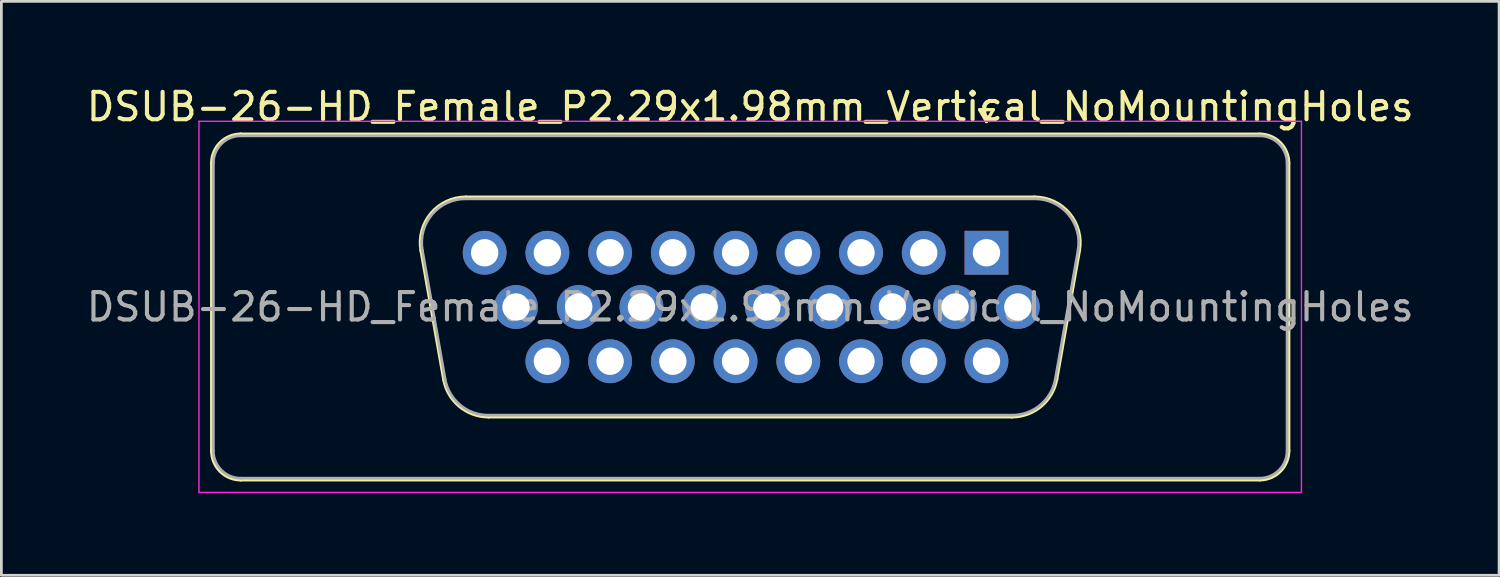
<source format=kicad_pcb>
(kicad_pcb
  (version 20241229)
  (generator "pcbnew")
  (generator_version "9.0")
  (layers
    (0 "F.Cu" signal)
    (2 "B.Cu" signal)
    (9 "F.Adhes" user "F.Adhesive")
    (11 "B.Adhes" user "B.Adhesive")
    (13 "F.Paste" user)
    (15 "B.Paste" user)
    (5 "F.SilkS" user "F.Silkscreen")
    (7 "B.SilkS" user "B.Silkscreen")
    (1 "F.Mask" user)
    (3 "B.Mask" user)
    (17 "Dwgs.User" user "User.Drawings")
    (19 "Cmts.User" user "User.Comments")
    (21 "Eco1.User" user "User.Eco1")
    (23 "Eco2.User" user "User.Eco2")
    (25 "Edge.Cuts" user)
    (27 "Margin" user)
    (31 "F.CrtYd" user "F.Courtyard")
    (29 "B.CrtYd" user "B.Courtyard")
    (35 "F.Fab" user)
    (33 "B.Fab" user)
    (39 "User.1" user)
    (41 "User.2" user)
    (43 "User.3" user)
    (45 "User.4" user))
  (footprint "DSUB-26-HD_Female_P2.29x1.98mm_Vertical_NoMountingHoles"
    (layer "F.Cu")
    (at 32.964 6.178)
    (property "Reference" "DSUB-26-HD_Female_P2.29x1.98mm_Vertical_NoMountingHoles" (at -8.625 -5.33 0) (layer "F.SilkS") (effects (font (size 1 1) (thickness 0.15))))
    (attr through_hole)
    (fp_line (start -28.285 7.23) (end -28.285 -3.27) (stroke (width 0.12) (type solid)) (layer "F.SilkS"))
    (fp_line (start -27.225 -4.33) (end 9.975 -4.33) (stroke (width 0.12) (type solid)) (layer "F.SilkS"))
    (fp_line (start -20.641 -0.082) (end -19.813 4.618) (stroke (width 0.12) (type solid)) (layer "F.SilkS"))
    (fp_line (start -19.007 -2.03) (end 1.757 -2.03) (stroke (width 0.12) (type solid)) (layer "F.SilkS"))
    (fp_line (start -18.178 5.99) (end 0.928 5.99) (stroke (width 0.12) (type solid)) (layer "F.SilkS"))
    (fp_line (start -0.25 -5.224) (end 0.25 -5.224) (stroke (width 0.12) (type solid)) (layer "F.SilkS"))
    (fp_line (start 0 -4.791) (end -0.25 -5.224) (stroke (width 0.12) (type solid)) (layer "F.SilkS"))
    (fp_line (start 0.25 -5.224) (end 0 -4.791) (stroke (width 0.12) (type solid)) (layer "F.SilkS"))
    (fp_line (start 3.391 -0.082) (end 2.563 4.618) (stroke (width 0.12) (type solid)) (layer "F.SilkS"))
    (fp_line (start 9.975 8.29) (end -27.225 8.29) (stroke (width 0.12) (type solid)) (layer "F.SilkS"))
    (fp_line (start 11.035 -3.27) (end 11.035 7.23) (stroke (width 0.12) (type solid)) (layer "F.SilkS"))
    (fp_arc (start -28.285 -3.27) (mid -27.974533 -4.019533) (end -27.225 -4.33) (stroke (width 0.12) (type solid)) (layer "F.SilkS"))
    (fp_arc (start -27.225 8.29) (mid -27.974533 7.979533) (end -28.285 7.23) (stroke (width 0.12) (type solid)) (layer "F.SilkS"))
    (fp_arc (start -20.64147 -0.081744) (mid -20.278323 -1.437028) (end -19.006689 -2.03) (stroke (width 0.12) (type solid)) (layer "F.SilkS"))
    (fp_arc (start -18.177952 5.99) (mid -19.244979 5.601634) (end -19.812733 4.618256) (stroke (width 0.12) (type solid)) (layer "F.SilkS"))
    (fp_arc (start 1.756689 -2.03) (mid 3.028323 -1.437027) (end 3.39147 -0.081744) (stroke (width 0.12) (type solid)) (layer "F.SilkS"))
    (fp_arc (start 2.562733 4.618256) (mid 1.99498 5.601634) (end 0.927952 5.99) (stroke (width 0.12) (type solid)) (layer "F.SilkS"))
    (fp_arc (start 9.975 -4.33) (mid 10.724533 -4.019533) (end 11.035 -3.27) (stroke (width 0.12) (type solid)) (layer "F.SilkS"))
    (fp_arc (start 11.035 7.23) (mid 10.724533 7.979533) (end 9.975 8.29) (stroke (width 0.12) (type solid)) (layer "F.SilkS"))
    (fp_line (start -28.75 -4.8) (end -28.75 8.75) (stroke (width 0.05) (type solid)) (layer "F.CrtYd"))
    (fp_line (start -28.75 8.75) (end 11.5 8.75) (stroke (width 0.05) (type solid)) (layer "F.CrtYd"))
    (fp_line (start 11.5 -4.8) (end -28.75 -4.8) (stroke (width 0.05) (type solid)) (layer "F.CrtYd"))
    (fp_line (start 11.5 8.75) (end 11.5 -4.8) (stroke (width 0.05) (type solid)) (layer "F.CrtYd"))
    (fp_line (start -28.225 7.23) (end -28.225 -3.27) (stroke (width 0.1) (type solid)) (layer "F.Fab"))
    (fp_line (start -27.225 -4.27) (end 9.975 -4.27) (stroke (width 0.1) (type solid)) (layer "F.Fab"))
    (fp_line (start -20.594 -0.092) (end -19.765 4.608) (stroke (width 0.1) (type solid)) (layer "F.Fab"))
    (fp_line (start -19.018 -1.97) (end 1.768 -1.97) (stroke (width 0.1) (type solid)) (layer "F.Fab"))
    (fp_line (start -18.189 5.93) (end 0.939 5.93) (stroke (width 0.1) (type solid)) (layer "F.Fab"))
    (fp_line (start 3.344 -0.092) (end 2.515 4.608) (stroke (width 0.1) (type solid)) (layer "F.Fab"))
    (fp_line (start 9.975 8.23) (end -27.225 8.23) (stroke (width 0.1) (type solid)) (layer "F.Fab"))
    (fp_line (start 10.975 -3.27) (end 10.975 7.23) (stroke (width 0.1) (type solid)) (layer "F.Fab"))
    (fp_arc (start -28.225 -3.27) (mid -27.932107 -3.977107) (end -27.225 -4.27) (stroke (width 0.1) (type solid)) (layer "F.Fab"))
    (fp_arc (start -27.225 8.23) (mid -27.932107 7.937107) (end -28.225 7.23) (stroke (width 0.1) (type solid)) (layer "F.Fab"))
    (fp_arc (start -20.593886 -0.092163) (mid -20.243865 -1.39846) (end -19.018194 -1.97) (stroke (width 0.1) (type solid)) (layer "F.Fab"))
    (fp_arc (start -18.189457 5.93) (mid -19.217917 5.555671) (end -19.765149 4.607837) (stroke (width 0.1) (type solid)) (layer "F.Fab"))
    (fp_arc (start 1.768194 -1.97) (mid 2.993865 -1.39846) (end 3.343886 -0.092163) (stroke (width 0.1) (type solid)) (layer "F.Fab"))
    (fp_arc (start 2.515149 4.607837) (mid 1.967917 5.555671) (end 0.939457 5.93) (stroke (width 0.1) (type solid)) (layer "F.Fab"))
    (fp_arc (start 9.975 -4.27) (mid 10.682107 -3.977107) (end 10.975 -3.27) (stroke (width 0.1) (type solid)) (layer "F.Fab"))
    (fp_arc (start 10.975 7.23) (mid 10.682107 7.937107) (end 9.975 8.23) (stroke (width 0.1) (type solid)) (layer "F.Fab"))
    (fp_text user "${REFERENCE}" (at -8.625 1.98 0) (layer "F.Fab") (effects (font (size 1 1) (thickness 0.15))))
    (pad "1" thru_hole rect (at 0 0) (size 1.6 1.6) (drill 1) (layers "*.Cu" "*.Mask"))
    (pad "2" thru_hole circle (at -2.29 0) (size 1.6 1.6) (drill 1) (layers "*.Cu" "*.Mask"))
    (pad "3" thru_hole circle (at -4.58 0) (size 1.6 1.6) (drill 1) (layers "*.Cu" "*.Mask"))
    (pad "4" thru_hole circle (at -6.87 0) (size 1.6 1.6) (drill 1) (layers "*.Cu" "*.Mask"))
    (pad "5" thru_hole circle (at -9.16 0) (size 1.6 1.6) (drill 1) (layers "*.Cu" "*.Mask"))
    (pad "6" thru_hole circle (at -11.45 0) (size 1.6 1.6) (drill 1) (layers "*.Cu" "*.Mask"))
    (pad "7" thru_hole circle (at -13.74 0) (size 1.6 1.6) (drill 1) (layers "*.Cu" "*.Mask"))
    (pad "8" thru_hole circle (at -16.03 0) (size 1.6 1.6) (drill 1) (layers "*.Cu" "*.Mask"))
    (pad "9" thru_hole circle (at -18.32 0) (size 1.6 1.6) (drill 1) (layers "*.Cu" "*.Mask"))
    (pad "10" thru_hole circle (at 1.145 1.98) (size 1.6 1.6) (drill 1) (layers "*.Cu" "*.Mask"))
    (pad "11" thru_hole circle (at -1.145 1.98) (size 1.6 1.6) (drill 1) (layers "*.Cu" "*.Mask"))
    (pad "12" thru_hole circle (at -3.435 1.98) (size 1.6 1.6) (drill 1) (layers "*.Cu" "*.Mask"))
    (pad "13" thru_hole circle (at -5.725 1.98) (size 1.6 1.6) (drill 1) (layers "*.Cu" "*.Mask"))
    (pad "14" thru_hole circle (at -8.015 1.98) (size 1.6 1.6) (drill 1) (layers "*.Cu" "*.Mask"))
    (pad "15" thru_hole circle (at -10.305 1.98) (size 1.6 1.6) (drill 1) (layers "*.Cu" "*.Mask"))
    (pad "16" thru_hole circle (at -12.595 1.98) (size 1.6 1.6) (drill 1) (layers "*.Cu" "*.Mask"))
    (pad "17" thru_hole circle (at -14.885 1.98) (size 1.6 1.6) (drill 1) (layers "*.Cu" "*.Mask"))
    (pad "18" thru_hole circle (at -17.175 1.98) (size 1.6 1.6) (drill 1) (layers "*.Cu" "*.Mask"))
    (pad "19" thru_hole circle (at 0 3.96) (size 1.6 1.6) (drill 1) (layers "*.Cu" "*.Mask"))
    (pad "20" thru_hole circle (at -2.29 3.96) (size 1.6 1.6) (drill 1) (layers "*.Cu" "*.Mask"))
    (pad "21" thru_hole circle (at -4.58 3.96) (size 1.6 1.6) (drill 1) (layers "*.Cu" "*.Mask"))
    (pad "22" thru_hole circle (at -6.87 3.96) (size 1.6 1.6) (drill 1) (layers "*.Cu" "*.Mask"))
    (pad "23" thru_hole circle (at -9.16 3.96) (size 1.6 1.6) (drill 1) (layers "*.Cu" "*.Mask"))
    (pad "24" thru_hole circle (at -11.45 3.96) (size 1.6 1.6) (drill 1) (layers "*.Cu" "*.Mask"))
    (pad "25" thru_hole circle (at -13.74 3.96) (size 1.6 1.6) (drill 1) (layers "*.Cu" "*.Mask"))
    (pad "26" thru_hole circle (at -16.03 3.96) (size 1.6 1.6) (drill 1) (layers "*.Cu" "*.Mask")))
  (gr_rect
    (start -3 -3)
    (end 51.679 17.953)
    (stroke (width 0.1) (type default))
    (fill no)
    (layer "Edge.Cuts")))
</source>
